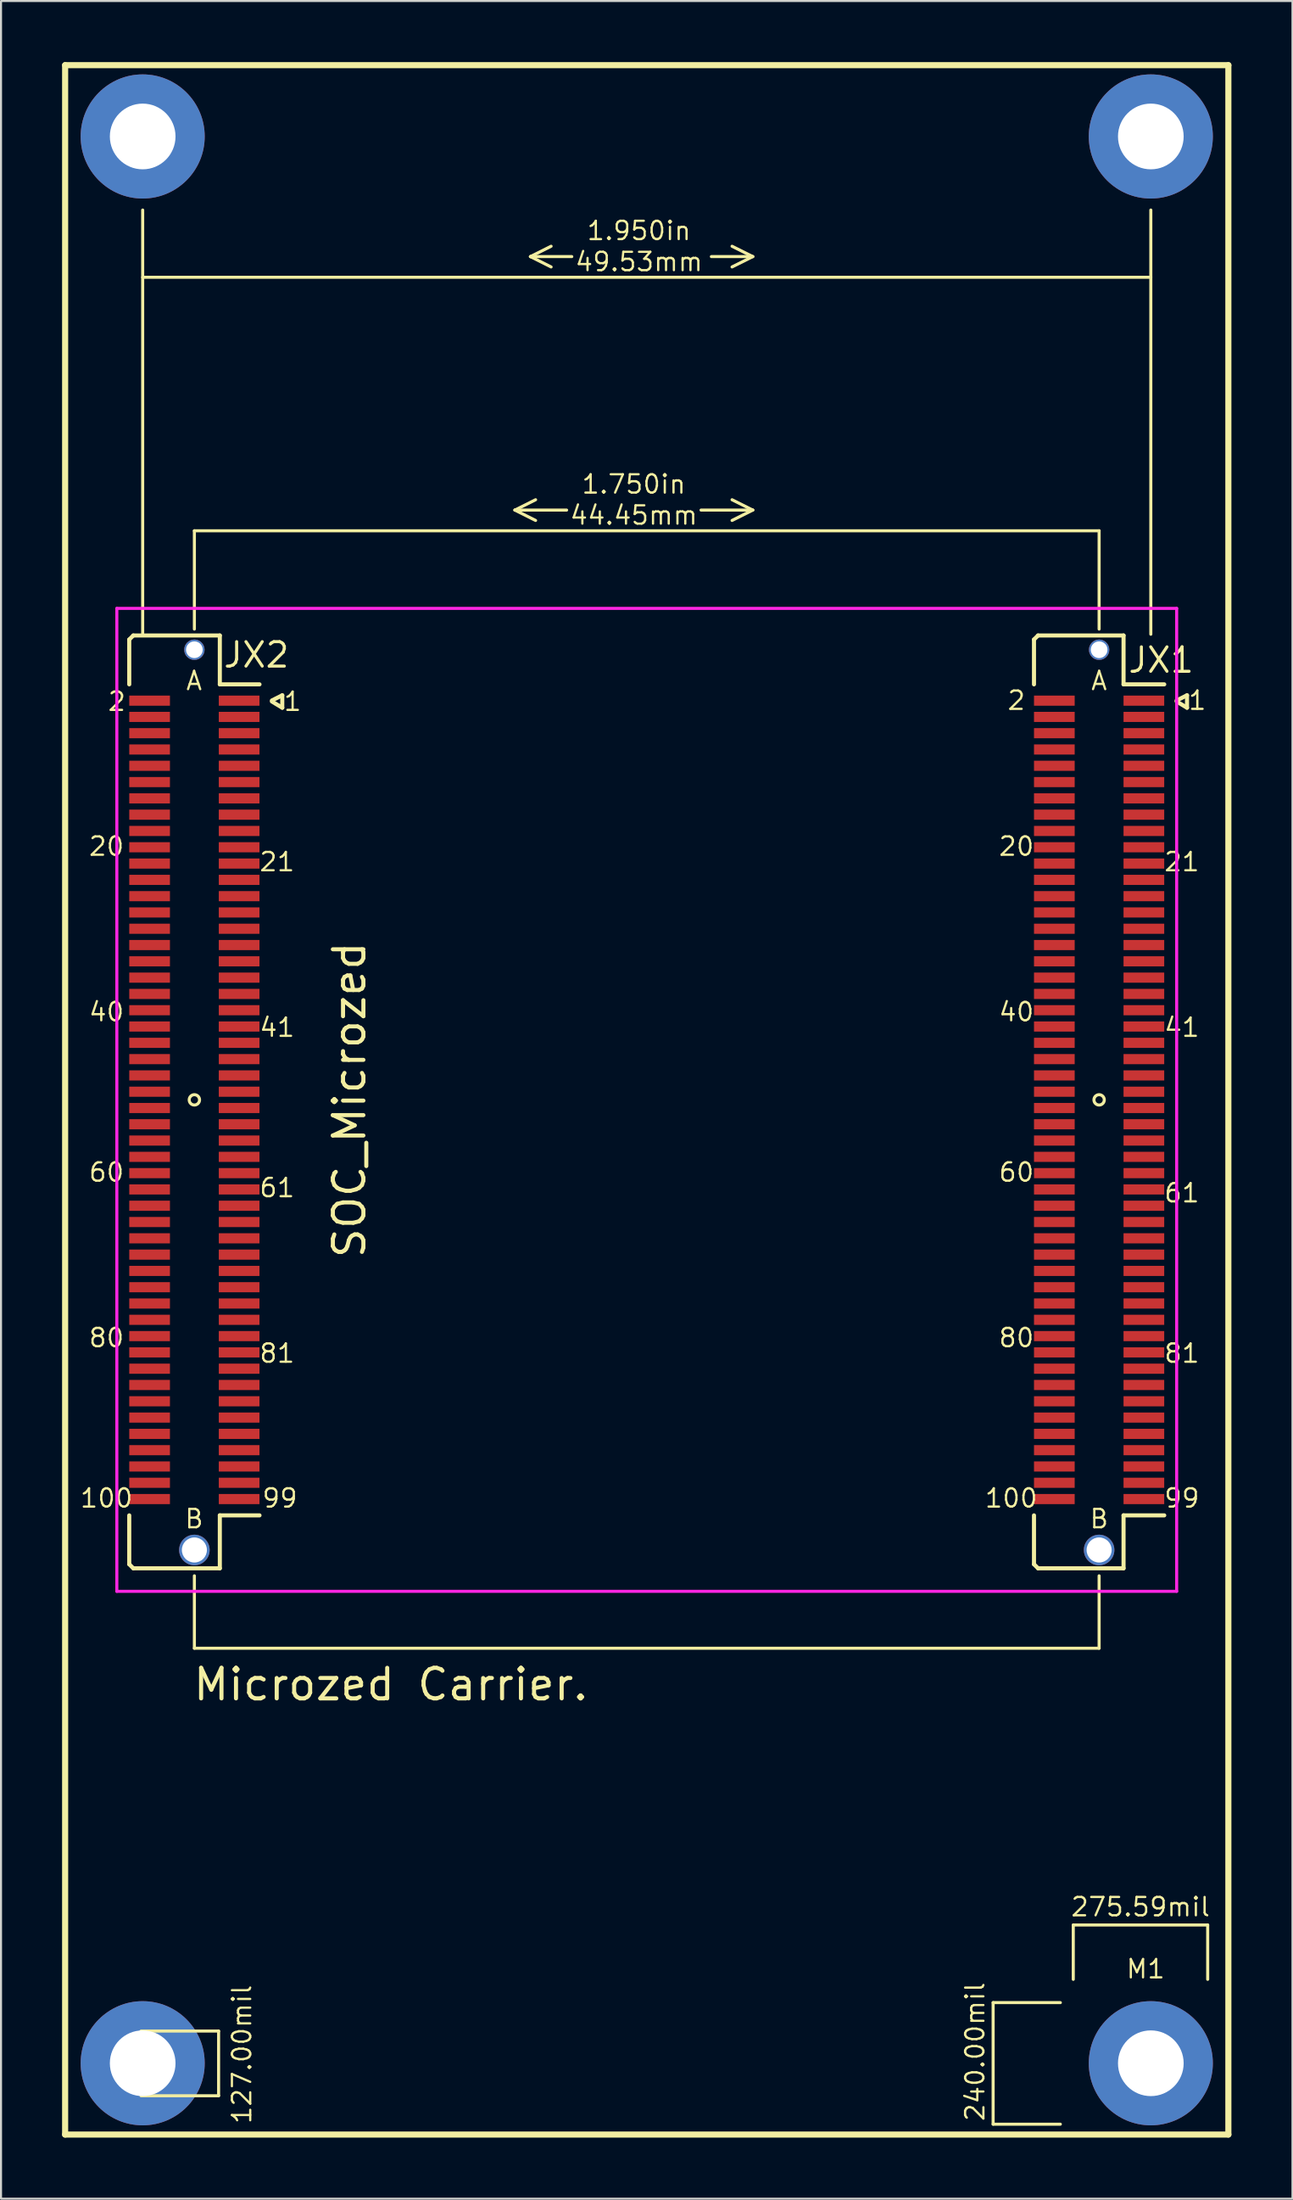
<source format=kicad_pcb>
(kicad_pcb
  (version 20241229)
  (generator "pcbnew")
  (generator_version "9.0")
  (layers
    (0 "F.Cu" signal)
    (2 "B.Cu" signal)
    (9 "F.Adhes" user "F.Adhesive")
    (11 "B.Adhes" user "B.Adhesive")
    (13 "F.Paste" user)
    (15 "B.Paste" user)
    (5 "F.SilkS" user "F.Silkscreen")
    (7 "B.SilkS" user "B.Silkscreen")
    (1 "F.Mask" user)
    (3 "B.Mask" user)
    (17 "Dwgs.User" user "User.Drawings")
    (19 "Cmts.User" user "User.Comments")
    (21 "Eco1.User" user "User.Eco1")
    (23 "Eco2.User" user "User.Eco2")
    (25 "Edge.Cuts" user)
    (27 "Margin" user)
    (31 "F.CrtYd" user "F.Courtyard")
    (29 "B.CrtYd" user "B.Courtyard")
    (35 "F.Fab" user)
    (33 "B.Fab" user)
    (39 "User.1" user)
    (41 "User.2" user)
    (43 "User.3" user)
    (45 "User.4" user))
  (footprint "SOC_Microzed"
    (layer "F.Cu")
    (at 6.5 50.95)
    (property "Reference" "SOC_Microzed" (at 7.62 0 90) (layer "F.SilkS") (effects (font (size 1.5 1.5) (thickness 0.2))))
    (attr through_hole)
    (fp_line (start -6.35 -50.8) (end -6.35 50.8) (stroke (width 0.3) (type solid)) (layer "F.SilkS"))
    (fp_line (start -3.2 -22.6) (end -3.2 -20.4) (stroke (width 0.2) (type solid)) (layer "F.SilkS"))
    (fp_line (start -3.2 20.4) (end -3.2 22.8) (stroke (width 0.2) (type solid)) (layer "F.SilkS"))
    (fp_line (start -3.2 22.8) (end -3 23) (stroke (width 0.2) (type solid)) (layer "F.SilkS"))
    (fp_line (start -3 -22.8) (end -3.2 -22.6) (stroke (width 0.2) (type solid)) (layer "F.SilkS"))
    (fp_line (start -3 23) (end 1.25 23) (stroke (width 0.2) (type solid)) (layer "F.SilkS"))
    (fp_line (start -2.62 45.72) (end 1.19 45.72) (stroke (width 0.15) (type solid)) (layer "F.SilkS"))
    (fp_line (start -2.54 -43.688) (end -2.54 -22.86) (stroke (width 0.15) (type solid)) (layer "F.SilkS"))
    (fp_line (start -2.54 -40.386) (end 46.99 -40.386) (stroke (width 0.15) (type solid)) (layer "F.SilkS"))
    (fp_line (start 0 -27.94) (end 44.45 -27.94) (stroke (width 0.15) (type solid)) (layer "F.SilkS"))
    (fp_line (start 0 -23.114) (end 0 -27.94) (stroke (width 0.15) (type solid)) (layer "F.SilkS"))
    (fp_line (start 0 23.368) (end 0 26.924) (stroke (width 0.15) (type solid)) (layer "F.SilkS"))
    (fp_line (start 0 26.924) (end 44.45 26.924) (stroke (width 0.15) (type solid)) (layer "F.SilkS"))
    (fp_line (start 1.19 45.72) (end 1.19 48.895) (stroke (width 0.15) (type solid)) (layer "F.SilkS"))
    (fp_line (start 1.19 48.895) (end -2.62 48.895) (stroke (width 0.15) (type solid)) (layer "F.SilkS"))
    (fp_line (start 1.25 -22.8) (end -3 -22.8) (stroke (width 0.2) (type solid)) (layer "F.SilkS"))
    (fp_line (start 1.25 -22.8) (end 1.25 -20.4) (stroke (width 0.2) (type solid)) (layer "F.SilkS"))
    (fp_line (start 1.25 -20.4) (end 3.2 -20.4) (stroke (width 0.2) (type solid)) (layer "F.SilkS"))
    (fp_line (start 1.25 20.4) (end 3.2 20.4) (stroke (width 0.2) (type solid)) (layer "F.SilkS"))
    (fp_line (start 1.25 23) (end 1.25 20.4) (stroke (width 0.2) (type solid)) (layer "F.SilkS"))
    (fp_line (start 3.81 -19.609) (end 4.318 -19.863) (stroke (width 0.2) (type solid)) (layer "F.SilkS"))
    (fp_line (start 4.318 -19.863) (end 4.318 -19.253) (stroke (width 0.2) (type solid)) (layer "F.SilkS"))
    (fp_line (start 4.318 -19.253) (end 3.81 -19.558) (stroke (width 0.2) (type solid)) (layer "F.SilkS"))
    (fp_line (start 15.748 -28.956) (end 16.764 -29.464) (stroke (width 0.15) (type solid)) (layer "F.SilkS"))
    (fp_line (start 15.748 -28.956) (end 16.764 -28.448) (stroke (width 0.15) (type solid)) (layer "F.SilkS"))
    (fp_line (start 16.51 -41.402) (end 17.526 -41.91) (stroke (width 0.15) (type solid)) (layer "F.SilkS"))
    (fp_line (start 16.51 -41.402) (end 17.526 -40.894) (stroke (width 0.15) (type solid)) (layer "F.SilkS"))
    (fp_line (start 18.288 -28.956) (end 15.748 -28.956) (stroke (width 0.15) (type solid)) (layer "F.SilkS"))
    (fp_line (start 18.542 -41.402) (end 16.51 -41.402) (stroke (width 0.15) (type solid)) (layer "F.SilkS"))
    (fp_line (start 24.892 -28.956) (end 27.432 -28.956) (stroke (width 0.15) (type solid)) (layer "F.SilkS"))
    (fp_line (start 25.4 -41.402) (end 27.432 -41.402) (stroke (width 0.15) (type solid)) (layer "F.SilkS"))
    (fp_line (start 27.432 -41.402) (end 26.416 -41.91) (stroke (width 0.15) (type solid)) (layer "F.SilkS"))
    (fp_line (start 27.432 -41.402) (end 26.416 -40.894) (stroke (width 0.15) (type solid)) (layer "F.SilkS"))
    (fp_line (start 27.432 -28.956) (end 26.416 -29.464) (stroke (width 0.15) (type solid)) (layer "F.SilkS"))
    (fp_line (start 27.432 -28.956) (end 26.416 -28.448) (stroke (width 0.15) (type solid)) (layer "F.SilkS"))
    (fp_line (start 39.243 44.323) (end 39.243 50.292) (stroke (width 0.15) (type solid)) (layer "F.SilkS"))
    (fp_line (start 39.243 50.292) (end 42.545 50.292) (stroke (width 0.15) (type solid)) (layer "F.SilkS"))
    (fp_line (start 41.25 -22.6) (end 41.25 -20.4) (stroke (width 0.2) (type solid)) (layer "F.SilkS"))
    (fp_line (start 41.25 20.4) (end 41.25 22.8) (stroke (width 0.2) (type solid)) (layer "F.SilkS"))
    (fp_line (start 41.25 22.8) (end 41.45 23) (stroke (width 0.2) (type solid)) (layer "F.SilkS"))
    (fp_line (start 41.45 -22.8) (end 41.25 -22.6) (stroke (width 0.2) (type solid)) (layer "F.SilkS"))
    (fp_line (start 41.45 23) (end 45.65 23) (stroke (width 0.2) (type solid)) (layer "F.SilkS"))
    (fp_line (start 42.545 44.323) (end 39.243 44.323) (stroke (width 0.15) (type solid)) (layer "F.SilkS"))
    (fp_line (start 43.18 40.513) (end 49.784 40.513) (stroke (width 0.15) (type solid)) (layer "F.SilkS"))
    (fp_line (start 43.18 43.18) (end 43.18 40.513) (stroke (width 0.15) (type solid)) (layer "F.SilkS"))
    (fp_line (start 44.45 -27.94) (end 44.45 -23.114) (stroke (width 0.15) (type solid)) (layer "F.SilkS"))
    (fp_line (start 44.45 26.924) (end 44.45 23.368) (stroke (width 0.15) (type solid)) (layer "F.SilkS"))
    (fp_line (start 45.65 -22.8) (end 41.45 -22.8) (stroke (width 0.2) (type solid)) (layer "F.SilkS"))
    (fp_line (start 45.65 -22.8) (end 45.65 -20.4) (stroke (width 0.2) (type solid)) (layer "F.SilkS"))
    (fp_line (start 45.65 -20.4) (end 47.65 -20.4) (stroke (width 0.2) (type solid)) (layer "F.SilkS"))
    (fp_line (start 45.65 20.4) (end 47.65 20.4) (stroke (width 0.2) (type solid)) (layer "F.SilkS"))
    (fp_line (start 45.65 23) (end 45.65 20.4) (stroke (width 0.2) (type solid)) (layer "F.SilkS"))
    (fp_line (start 46.99 -43.688) (end 46.99 -22.86) (stroke (width 0.15) (type solid)) (layer "F.SilkS"))
    (fp_line (start 48.26 -19.609) (end 48.768 -19.863) (stroke (width 0.2) (type solid)) (layer "F.SilkS"))
    (fp_line (start 48.768 -19.863) (end 48.768 -19.253) (stroke (width 0.2) (type solid)) (layer "F.SilkS"))
    (fp_line (start 48.768 -19.253) (end 48.26 -19.558) (stroke (width 0.2) (type solid)) (layer "F.SilkS"))
    (fp_line (start 49.784 40.513) (end 49.784 43.18) (stroke (width 0.15) (type solid)) (layer "F.SilkS"))
    (fp_line (start 50.8 -50.8) (end -6.35 -50.8) (stroke (width 0.3) (type solid)) (layer "F.SilkS"))
    (fp_line (start 50.8 -50.8) (end 50.8 50.8) (stroke (width 0.3) (type solid)) (layer "F.SilkS"))
    (fp_line (start 50.8 50.8) (end -6.35 50.8) (stroke (width 0.3) (type solid)) (layer "F.SilkS"))
    (fp_circle (center 0 0) (end 0 -0.254) (stroke (width 0.15) (type solid)) (fill no) (layer "F.SilkS"))
    (fp_circle (center 44.45 0) (end 44.45 -0.254) (stroke (width 0.15) (type solid)) (fill no) (layer "F.SilkS"))
    (fp_line (start -3.81 -24.13) (end 48.26 -24.13) (stroke (width 0.15) (type solid)) (layer "F.CrtYd"))
    (fp_line (start -3.81 24.13) (end -3.81 -24.13) (stroke (width 0.15) (type solid)) (layer "F.CrtYd"))
    (fp_line (start 48.26 -24.13) (end 48.26 24.13) (stroke (width 0.15) (type solid)) (layer "F.CrtYd"))
    (fp_line (start 48.26 24.13) (end -3.81 24.13) (stroke (width 0.15) (type solid)) (layer "F.CrtYd"))
    (fp_text user "1" (at 49.276 -19.609 0) (layer "F.SilkS") (effects (font (size 0.9 0.9) (thickness 0.11))))
    (fp_text user "B" (at 44.45 20.572 0) (layer "F.SilkS") (effects (font (size 0.9 0.9) (thickness 0.11))))
    (fp_text user "A" (at -0.013 -20.576 0) (layer "F.SilkS") (effects (font (size 0.9 0.9) (thickness 0.11))))
    (fp_text user "275.59mil" (at 46.482 39.624 0) (layer "F.SilkS") (effects (font (size 0.9 0.9) (thickness 0.11))))
    (fp_text user "1.950in" (at 21.844 -42.672 0) (layer "F.SilkS") (effects (font (size 0.9 0.9) (thickness 0.11))))
    (fp_text user "61" (at 4.064 4.318 0) (layer "F.SilkS") (effects (font (size 0.9 0.9) (thickness 0.11))))
    (fp_text user "2" (at -3.81 -19.558 0) (layer "F.SilkS") (effects (font (size 0.9 0.9) (thickness 0.11))))
    (fp_text user "41" (at 4.064 -3.556 0) (layer "F.SilkS") (effects (font (size 0.9 0.9) (thickness 0.11))))
    (fp_text user "40" (at -4.318 -4.318 0) (layer "F.SilkS") (effects (font (size 0.9 0.9) (thickness 0.11))))
    (fp_text user "21" (at 48.514 -11.684 0) (layer "F.SilkS") (effects (font (size 0.9 0.9) (thickness 0.11))))
    (fp_text user "1" (at 4.826 -19.558 0) (layer "F.SilkS") (effects (font (size 0.9 0.9) (thickness 0.11))))
    (fp_text user "1.750in" (at 21.59 -30.226 0) (layer "F.SilkS") (effects (font (size 0.9 0.9) (thickness 0.11))))
    (fp_text user "80" (at -4.318 11.684 0) (layer "F.SilkS") (effects (font (size 0.9 0.9) (thickness 0.11))))
    (fp_text user "JX2" (at 3.048 -21.844 0) (layer "F.SilkS") (effects (font (size 1.2 1.2) (thickness 0.15))))
    (fp_text user "Microzed Carrier." (at 9.652 28.702 0) (layer "F.SilkS") (effects (font (size 1.5 1.5) (thickness 0.2))))
    (fp_text user "80" (at 40.386 11.684 0) (layer "F.SilkS") (effects (font (size 0.9 0.9) (thickness 0.11))))
    (fp_text user "61" (at 48.514 4.572 0) (layer "F.SilkS") (effects (font (size 0.9 0.9) (thickness 0.11))))
    (fp_text user "44.45mm" (at 21.59 -28.702 0) (layer "F.SilkS") (effects (font (size 0.9 0.9) (thickness 0.11))))
    (fp_text user "20" (at -4.318 -12.446 0) (layer "F.SilkS") (effects (font (size 0.9 0.9) (thickness 0.11))))
    (fp_text user "60" (at -4.318 3.556 0) (layer "F.SilkS") (effects (font (size 0.9 0.9) (thickness 0.11))))
    (fp_text user "127.00mil" (at 2.333 46.863 90) (layer "F.SilkS") (effects (font (size 0.9 0.9) (thickness 0.11))))
    (fp_text user "2" (at 40.386 -19.609 0) (layer "F.SilkS") (effects (font (size 0.9 0.9) (thickness 0.11))))
    (fp_text user "240.00mil" (at 38.354 46.736 90) (layer "F.SilkS") (effects (font (size 0.9 0.9) (thickness 0.11))))
    (fp_text user "60" (at 40.386 3.556 0) (layer "F.SilkS") (effects (font (size 0.9 0.9) (thickness 0.11))))
    (fp_text user "81" (at 4.064 12.446 0) (layer "F.SilkS") (effects (font (size 0.9 0.9) (thickness 0.11))))
    (fp_text user "M1" (at 46.736 42.672 180) (layer "F.SilkS") (effects (font (size 0.9 0.9) (thickness 0.11))))
    (fp_text user "100" (at 40.132 19.558 0) (layer "F.SilkS") (effects (font (size 0.9 0.9) (thickness 0.11))))
    (fp_text user "100" (at -4.318 19.558 0) (layer "F.SilkS") (effects (font (size 0.9 0.9) (thickness 0.11))))
    (fp_text user "21" (at 4.064 -11.684 0) (layer "F.SilkS") (effects (font (size 0.9 0.9) (thickness 0.11))))
    (fp_text user "40" (at 40.386 -4.318 0) (layer "F.SilkS") (effects (font (size 0.9 0.9) (thickness 0.11))))
    (fp_text user "20" (at 40.386 -12.446 0) (layer "F.SilkS") (effects (font (size 0.9 0.9) (thickness 0.11))))
    (fp_text user "99" (at 4.2 19.558 0) (layer "F.SilkS") (effects (font (size 0.9 0.9) (thickness 0.11))))
    (fp_text user "49.53mm" (at 21.844 -41.148 0) (layer "F.SilkS") (effects (font (size 0.9 0.9) (thickness 0.11))))
    (fp_text user "99" (at 48.514 19.558 0) (layer "F.SilkS") (effects (font (size 0.9 0.9) (thickness 0.11))))
    (fp_text user "81" (at 48.514 12.446 0) (layer "F.SilkS") (effects (font (size 0.9 0.9) (thickness 0.11))))
    (fp_text user "A" (at 44.45 -20.576 0) (layer "F.SilkS") (effects (font (size 0.9 0.9) (thickness 0.11))))
    (fp_text user "B" (at -0.013 20.572 0) (layer "F.SilkS") (effects (font (size 0.9 0.9) (thickness 0.11))))
    (fp_text user "JX1" (at 47.498 -21.59 0) (layer "F.SilkS") (effects (font (size 1.2 1.2) (thickness 0.15))))
    (fp_text user "41" (at 48.514 -3.556 0) (layer "F.SilkS") (effects (font (size 0.9 0.9) (thickness 0.11))))
    (pad "" thru_hole circle (at -2.54 -47.3) (size 6.096 6.096) (drill 3.226) (layers "*.Cu" "*.Mask"))
    (pad "" thru_hole circle (at -2.54 47.3) (size 6.096 6.096) (drill 3.226) (layers "*.Cu" "*.Mask"))
    (pad "" thru_hole circle (at 0 -22.1) (size 1 1) (drill 0.82) (layers "*.Cu" "*.Mask"))
    (pad "" thru_hole circle (at 0 22.1) (size 1.5 1.5) (drill 1.23) (layers "*.Cu" "*.Mask"))
    (pad "" thru_hole circle (at 44.45 -22.1) (size 1 1) (drill 0.82) (layers "*.Cu" "*.Mask"))
    (pad "" thru_hole circle (at 44.45 22.1) (size 1.5 1.5) (drill 1.23) (layers "*.Cu" "*.Mask"))
    (pad "" thru_hole circle (at 46.99 -47.3) (size 6.096 6.096) (drill 3.226) (layers "*.Cu" "*.Mask"))
    (pad "" thru_hole circle (at 46.99 47.3) (size 6.096 6.096) (drill 3.226) (layers "*.Cu" "*.Mask"))
    (pad "1" smd rect (at 46.649 -19.6) (size 1.999 0.498) (layers "F.Cu" "F.Mask" "F.Paste"))
    (pad "2" smd rect (at 42.25 -19.6) (size 1.999 0.498) (layers "F.Cu" "F.Mask" "F.Paste"))
    (pad "3" smd rect (at 46.649 -18.802) (size 1.999 0.498) (layers "F.Cu" "F.Mask" "F.Paste"))
    (pad "4" smd rect (at 42.25 -18.802) (size 1.999 0.498) (layers "F.Cu" "F.Mask" "F.Paste"))
    (pad "5" smd rect (at 46.649 -18.002) (size 1.999 0.498) (layers "F.Cu" "F.Mask" "F.Paste"))
    (pad "6" smd rect (at 42.25 -18.002) (size 1.999 0.498) (layers "F.Cu" "F.Mask" "F.Paste"))
    (pad "7" smd rect (at 46.649 -17.202) (size 1.999 0.498) (layers "F.Cu" "F.Mask" "F.Paste"))
    (pad "8" smd rect (at 42.25 -17.202) (size 1.999 0.498) (layers "F.Cu" "F.Mask" "F.Paste"))
    (pad "9" smd rect (at 46.649 -16.402) (size 1.999 0.498) (layers "F.Cu" "F.Mask" "F.Paste"))
    (pad "10" smd rect (at 42.25 -16.402) (size 1.999 0.498) (layers "F.Cu" "F.Mask" "F.Paste"))
    (pad "11" smd rect (at 46.649 -15.602) (size 1.999 0.498) (layers "F.Cu" "F.Mask" "F.Paste"))
    (pad "12" smd rect (at 42.25 -15.602) (size 1.999 0.498) (layers "F.Cu" "F.Mask" "F.Paste"))
    (pad "13" smd rect (at 46.649 -14.802) (size 1.999 0.498) (layers "F.Cu" "F.Mask" "F.Paste"))
    (pad "14" smd rect (at 42.25 -14.802) (size 1.999 0.498) (layers "F.Cu" "F.Mask" "F.Paste"))
    (pad "15" smd rect (at 46.649 -14.002) (size 1.999 0.498) (layers "F.Cu" "F.Mask" "F.Paste"))
    (pad "16" smd rect (at 42.25 -14.002) (size 1.999 0.498) (layers "F.Cu" "F.Mask" "F.Paste"))
    (pad "17" smd rect (at 46.649 -13.202) (size 1.999 0.498) (layers "F.Cu" "F.Mask" "F.Paste"))
    (pad "18" smd rect (at 42.25 -13.202) (size 1.999 0.498) (layers "F.Cu" "F.Mask" "F.Paste"))
    (pad "19" smd rect (at 46.649 -12.402) (size 1.999 0.498) (layers "F.Cu" "F.Mask" "F.Paste"))
    (pad "20" smd rect (at 42.25 -12.402) (size 1.999 0.498) (layers "F.Cu" "F.Mask" "F.Paste"))
    (pad "21" smd rect (at 46.649 -11.602) (size 1.999 0.498) (layers "F.Cu" "F.Mask" "F.Paste"))
    (pad "22" smd rect (at 42.25 -11.602) (size 1.999 0.498) (layers "F.Cu" "F.Mask" "F.Paste"))
    (pad "23" smd rect (at 46.649 -10.801) (size 1.999 0.498) (layers "F.Cu" "F.Mask" "F.Paste"))
    (pad "24" smd rect (at 42.25 -10.801) (size 1.999 0.498) (layers "F.Cu" "F.Mask" "F.Paste"))
    (pad "25" smd rect (at 46.649 -10.001) (size 1.999 0.498) (layers "F.Cu" "F.Mask" "F.Paste"))
    (pad "26" smd rect (at 42.25 -10.001) (size 1.999 0.498) (layers "F.Cu" "F.Mask" "F.Paste"))
    (pad "27" smd rect (at 46.649 -9.201) (size 1.999 0.498) (layers "F.Cu" "F.Mask" "F.Paste"))
    (pad "28" smd rect (at 42.25 -9.201) (size 1.999 0.498) (layers "F.Cu" "F.Mask" "F.Paste"))
    (pad "29" smd rect (at 46.649 -8.401) (size 1.999 0.498) (layers "F.Cu" "F.Mask" "F.Paste"))
    (pad "30" smd rect (at 42.25 -8.401) (size 1.999 0.498) (layers "F.Cu" "F.Mask" "F.Paste"))
    (pad "31" smd rect (at 46.649 -7.601) (size 1.999 0.498) (layers "F.Cu" "F.Mask" "F.Paste"))
    (pad "32" smd rect (at 42.25 -7.601) (size 1.999 0.498) (layers "F.Cu" "F.Mask" "F.Paste"))
    (pad "33" smd rect (at 46.649 -6.801) (size 1.999 0.498) (layers "F.Cu" "F.Mask" "F.Paste"))
    (pad "34" smd rect (at 42.25 -6.801) (size 1.999 0.498) (layers "F.Cu" "F.Mask" "F.Paste"))
    (pad "35" smd rect (at 46.649 -6.001) (size 1.999 0.498) (layers "F.Cu" "F.Mask" "F.Paste"))
    (pad "36" smd rect (at 42.25 -6.001) (size 1.999 0.498) (layers "F.Cu" "F.Mask" "F.Paste"))
    (pad "37" smd rect (at 46.649 -5.201) (size 1.999 0.498) (layers "F.Cu" "F.Mask" "F.Paste"))
    (pad "38" smd rect (at 42.25 -5.201) (size 1.999 0.498) (layers "F.Cu" "F.Mask" "F.Paste"))
    (pad "39" smd rect (at 46.649 -4.401) (size 1.999 0.498) (layers "F.Cu" "F.Mask" "F.Paste"))
    (pad "40" smd rect (at 42.25 -4.401) (size 1.999 0.498) (layers "F.Cu" "F.Mask" "F.Paste"))
    (pad "41" smd rect (at 46.649 -3.601) (size 1.999 0.498) (layers "F.Cu" "F.Mask" "F.Paste"))
    (pad "42" smd rect (at 42.25 -3.601) (size 1.999 0.498) (layers "F.Cu" "F.Mask" "F.Paste"))
    (pad "43" smd rect (at 46.649 -2.8) (size 1.999 0.498) (layers "F.Cu" "F.Mask" "F.Paste"))
    (pad "44" smd rect (at 42.25 -2.8) (size 1.999 0.498) (layers "F.Cu" "F.Mask" "F.Paste"))
    (pad "45" smd rect (at 46.649 -2) (size 1.999 0.498) (layers "F.Cu" "F.Mask" "F.Paste"))
    (pad "46" smd rect (at 42.25 -2) (size 1.999 0.498) (layers "F.Cu" "F.Mask" "F.Paste"))
    (pad "47" smd rect (at 46.649 -1.2) (size 1.999 0.498) (layers "F.Cu" "F.Mask" "F.Paste"))
    (pad "48" smd rect (at 42.25 -1.2) (size 1.999 0.498) (layers "F.Cu" "F.Mask" "F.Paste"))
    (pad "49" smd rect (at 46.649 -0.4) (size 1.999 0.498) (layers "F.Cu" "F.Mask" "F.Paste"))
    (pad "50" smd rect (at 42.25 -0.4) (size 1.999 0.498) (layers "F.Cu" "F.Mask" "F.Paste"))
    (pad "51" smd rect (at 46.649 0.4) (size 1.999 0.498) (layers "F.Cu" "F.Mask" "F.Paste"))
    (pad "52" smd rect (at 42.25 0.4) (size 1.999 0.498) (layers "F.Cu" "F.Mask" "F.Paste"))
    (pad "53" smd rect (at 46.649 1.198) (size 1.999 0.498) (layers "F.Cu" "F.Mask" "F.Paste"))
    (pad "54" smd rect (at 42.25 1.198) (size 1.999 0.498) (layers "F.Cu" "F.Mask" "F.Paste"))
    (pad "55" smd rect (at 46.649 1.998) (size 1.999 0.498) (layers "F.Cu" "F.Mask" "F.Paste"))
    (pad "56" smd rect (at 42.25 1.998) (size 1.999 0.498) (layers "F.Cu" "F.Mask" "F.Paste"))
    (pad "57" smd rect (at 46.649 2.798) (size 1.999 0.498) (layers "F.Cu" "F.Mask" "F.Paste"))
    (pad "58" smd rect (at 42.25 2.798) (size 1.999 0.498) (layers "F.Cu" "F.Mask" "F.Paste"))
    (pad "59" smd rect (at 46.649 3.598) (size 1.999 0.498) (layers "F.Cu" "F.Mask" "F.Paste"))
    (pad "60" smd rect (at 42.25 3.598) (size 1.999 0.498) (layers "F.Cu" "F.Mask" "F.Paste"))
    (pad "61" smd rect (at 46.649 4.398) (size 1.999 0.498) (layers "F.Cu" "F.Mask" "F.Paste"))
    (pad "62" smd rect (at 42.25 4.398) (size 1.999 0.498) (layers "F.Cu" "F.Mask" "F.Paste"))
    (pad "63" smd rect (at 46.649 5.198) (size 1.999 0.498) (layers "F.Cu" "F.Mask" "F.Paste"))
    (pad "64" smd rect (at 42.25 5.198) (size 1.999 0.498) (layers "F.Cu" "F.Mask" "F.Paste"))
    (pad "65" smd rect (at 46.649 5.998) (size 1.999 0.498) (layers "F.Cu" "F.Mask" "F.Paste"))
    (pad "66" smd rect (at 42.25 5.998) (size 1.999 0.498) (layers "F.Cu" "F.Mask" "F.Paste"))
    (pad "67" smd rect (at 46.649 6.798) (size 1.999 0.498) (layers "F.Cu" "F.Mask" "F.Paste"))
    (pad "68" smd rect (at 42.25 6.798) (size 1.999 0.498) (layers "F.Cu" "F.Mask" "F.Paste"))
    (pad "69" smd rect (at 46.649 7.598) (size 1.999 0.498) (layers "F.Cu" "F.Mask" "F.Paste"))
    (pad "70" smd rect (at 42.25 7.598) (size 1.999 0.498) (layers "F.Cu" "F.Mask" "F.Paste"))
    (pad "71" smd rect (at 46.649 8.398) (size 1.999 0.498) (layers "F.Cu" "F.Mask" "F.Paste"))
    (pad "72" smd rect (at 42.25 8.398) (size 1.999 0.498) (layers "F.Cu" "F.Mask" "F.Paste"))
    (pad "73" smd rect (at 46.649 9.199) (size 1.999 0.498) (layers "F.Cu" "F.Mask" "F.Paste"))
    (pad "74" smd rect (at 42.25 9.199) (size 1.999 0.498) (layers "F.Cu" "F.Mask" "F.Paste"))
    (pad "75" smd rect (at 46.649 9.999) (size 1.999 0.498) (layers "F.Cu" "F.Mask" "F.Paste"))
    (pad "76" smd rect (at 42.25 9.999) (size 1.999 0.498) (layers "F.Cu" "F.Mask" "F.Paste"))
    (pad "77" smd rect (at 46.649 10.799) (size 1.999 0.498) (layers "F.Cu" "F.Mask" "F.Paste"))
    (pad "78" smd rect (at 42.25 10.799) (size 1.999 0.498) (layers "F.Cu" "F.Mask" "F.Paste"))
    (pad "79" smd rect (at 46.649 11.599) (size 1.999 0.498) (layers "F.Cu" "F.Mask" "F.Paste"))
    (pad "80" smd rect (at 42.25 11.599) (size 1.999 0.498) (layers "F.Cu" "F.Mask" "F.Paste"))
    (pad "81" smd rect (at 46.649 12.399) (size 1.999 0.498) (layers "F.Cu" "F.Mask" "F.Paste"))
    (pad "82" smd rect (at 42.25 12.399) (size 1.999 0.498) (layers "F.Cu" "F.Mask" "F.Paste"))
    (pad "83" smd rect (at 46.649 13.199) (size 1.999 0.498) (layers "F.Cu" "F.Mask" "F.Paste"))
    (pad "84" smd rect (at 42.25 13.199) (size 1.999 0.498) (layers "F.Cu" "F.Mask" "F.Paste"))
    (pad "85" smd rect (at 46.649 13.999) (size 1.999 0.498) (layers "F.Cu" "F.Mask" "F.Paste"))
    (pad "86" smd rect (at 42.25 13.999) (size 1.999 0.498) (layers "F.Cu" "F.Mask" "F.Paste"))
    (pad "87" smd rect (at 46.649 14.799) (size 1.999 0.498) (layers "F.Cu" "F.Mask" "F.Paste"))
    (pad "88" smd rect (at 42.25 14.799) (size 1.999 0.498) (layers "F.Cu" "F.Mask" "F.Paste"))
    (pad "89" smd rect (at 46.649 15.599) (size 1.999 0.498) (layers "F.Cu" "F.Mask" "F.Paste"))
    (pad "90" smd rect (at 42.25 15.599) (size 1.999 0.498) (layers "F.Cu" "F.Mask" "F.Paste"))
    (pad "91" smd rect (at 46.649 16.399) (size 1.999 0.498) (layers "F.Cu" "F.Mask" "F.Paste"))
    (pad "92" smd rect (at 42.25 16.399) (size 1.999 0.498) (layers "F.Cu" "F.Mask" "F.Paste"))
    (pad "93" smd rect (at 46.649 17.2) (size 1.999 0.498) (layers "F.Cu" "F.Mask" "F.Paste"))
    (pad "94" smd rect (at 42.25 17.2) (size 1.999 0.498) (layers "F.Cu" "F.Mask" "F.Paste"))
    (pad "95" smd rect (at 46.649 18) (size 1.999 0.498) (layers "F.Cu" "F.Mask" "F.Paste"))
    (pad "96" smd rect (at 42.25 18) (size 1.999 0.498) (layers "F.Cu" "F.Mask" "F.Paste"))
    (pad "97" smd rect (at 46.649 18.8) (size 1.999 0.498) (layers "F.Cu" "F.Mask" "F.Paste"))
    (pad "98" smd rect (at 42.25 18.8) (size 1.999 0.498) (layers "F.Cu" "F.Mask" "F.Paste"))
    (pad "99" smd rect (at 46.649 19.6) (size 1.999 0.498) (layers "F.Cu" "F.Mask" "F.Paste"))
    (pad "100" smd rect (at 42.25 19.6) (size 1.999 0.498) (layers "F.Cu" "F.Mask" "F.Paste"))
    (pad "101" smd rect (at 2.199 -19.6) (size 1.999 0.498) (layers "F.Cu" "F.Mask" "F.Paste"))
    (pad "102" smd rect (at -2.2 -19.6) (size 1.999 0.498) (layers "F.Cu" "F.Mask" "F.Paste"))
    (pad "103" smd rect (at 2.199 -18.802) (size 1.999 0.498) (layers "F.Cu" "F.Mask" "F.Paste"))
    (pad "104" smd rect (at -2.2 -18.802) (size 1.999 0.498) (layers "F.Cu" "F.Mask" "F.Paste"))
    (pad "105" smd rect (at 2.199 -18.002) (size 1.999 0.498) (layers "F.Cu" "F.Mask" "F.Paste"))
    (pad "106" smd rect (at -2.2 -18.002) (size 1.999 0.498) (layers "F.Cu" "F.Mask" "F.Paste"))
    (pad "107" smd rect (at 2.199 -17.202) (size 1.999 0.498) (layers "F.Cu" "F.Mask" "F.Paste"))
    (pad "108" smd rect (at -2.2 -17.202) (size 1.999 0.498) (layers "F.Cu" "F.Mask" "F.Paste"))
    (pad "109" smd rect (at 2.199 -16.402) (size 1.999 0.498) (layers "F.Cu" "F.Mask" "F.Paste"))
    (pad "110" smd rect (at -2.2 -16.402) (size 1.999 0.498) (layers "F.Cu" "F.Mask" "F.Paste"))
    (pad "111" smd rect (at 2.199 -15.602) (size 1.999 0.498) (layers "F.Cu" "F.Mask" "F.Paste"))
    (pad "112" smd rect (at -2.2 -15.602) (size 1.999 0.498) (layers "F.Cu" "F.Mask" "F.Paste"))
    (pad "113" smd rect (at 2.199 -14.802) (size 1.999 0.498) (layers "F.Cu" "F.Mask" "F.Paste"))
    (pad "114" smd rect (at -2.2 -14.802) (size 1.999 0.498) (layers "F.Cu" "F.Mask" "F.Paste"))
    (pad "115" smd rect (at 2.199 -14.002) (size 1.999 0.498) (layers "F.Cu" "F.Mask" "F.Paste"))
    (pad "116" smd rect (at -2.2 -14.002) (size 1.999 0.498) (layers "F.Cu" "F.Mask" "F.Paste"))
    (pad "117" smd rect (at 2.199 -13.202) (size 1.999 0.498) (layers "F.Cu" "F.Mask" "F.Paste"))
    (pad "118" smd rect (at -2.2 -13.202) (size 1.999 0.498) (layers "F.Cu" "F.Mask" "F.Paste"))
    (pad "119" smd rect (at 2.199 -12.402) (size 1.999 0.498) (layers "F.Cu" "F.Mask" "F.Paste"))
    (pad "120" smd rect (at -2.2 -12.402) (size 1.999 0.498) (layers "F.Cu" "F.Mask" "F.Paste"))
    (pad "121" smd rect (at 2.199 -11.602) (size 1.999 0.498) (layers "F.Cu" "F.Mask" "F.Paste"))
    (pad "122" smd rect (at -2.2 -11.602) (size 1.999 0.498) (layers "F.Cu" "F.Mask" "F.Paste"))
    (pad "123" smd rect (at 2.199 -10.801) (size 1.999 0.498) (layers "F.Cu" "F.Mask" "F.Paste"))
    (pad "124" smd rect (at -2.2 -10.801) (size 1.999 0.498) (layers "F.Cu" "F.Mask" "F.Paste"))
    (pad "125" smd rect (at 2.199 -10.001) (size 1.999 0.498) (layers "F.Cu" "F.Mask" "F.Paste"))
    (pad "126" smd rect (at -2.2 -10.001) (size 1.999 0.498) (layers "F.Cu" "F.Mask" "F.Paste"))
    (pad "127" smd rect (at 2.199 -9.201) (size 1.999 0.498) (layers "F.Cu" "F.Mask" "F.Paste"))
    (pad "128" smd rect (at -2.2 -9.201) (size 1.999 0.498) (layers "F.Cu" "F.Mask" "F.Paste"))
    (pad "129" smd rect (at 2.199 -8.401) (size 1.999 0.498) (layers "F.Cu" "F.Mask" "F.Paste"))
    (pad "130" smd rect (at -2.2 -8.401) (size 1.999 0.498) (layers "F.Cu" "F.Mask" "F.Paste"))
    (pad "131" smd rect (at 2.199 -7.601) (size 1.999 0.498) (layers "F.Cu" "F.Mask" "F.Paste"))
    (pad "132" smd rect (at -2.2 -7.601) (size 1.999 0.498) (layers "F.Cu" "F.Mask" "F.Paste"))
    (pad "133" smd rect (at 2.199 -6.801) (size 1.999 0.498) (layers "F.Cu" "F.Mask" "F.Paste"))
    (pad "134" smd rect (at -2.2 -6.801) (size 1.999 0.498) (layers "F.Cu" "F.Mask" "F.Paste"))
    (pad "135" smd rect (at 2.199 -6.001) (size 1.999 0.498) (layers "F.Cu" "F.Mask" "F.Paste"))
    (pad "136" smd rect (at -2.2 -6.001) (size 1.999 0.498) (layers "F.Cu" "F.Mask" "F.Paste"))
    (pad "137" smd rect (at 2.199 -5.201) (size 1.999 0.498) (layers "F.Cu" "F.Mask" "F.Paste"))
    (pad "138" smd rect (at -2.2 -5.201) (size 1.999 0.498) (layers "F.Cu" "F.Mask" "F.Paste"))
    (pad "139" smd rect (at 2.199 -4.401) (size 1.999 0.498) (layers "F.Cu" "F.Mask" "F.Paste"))
    (pad "140" smd rect (at -2.2 -4.401) (size 1.999 0.498) (layers "F.Cu" "F.Mask" "F.Paste"))
    (pad "141" smd rect (at 2.199 -3.601) (size 1.999 0.498) (layers "F.Cu" "F.Mask" "F.Paste"))
    (pad "142" smd rect (at -2.2 -3.601) (size 1.999 0.498) (layers "F.Cu" "F.Mask" "F.Paste"))
    (pad "143" smd rect (at 2.199 -2.8) (size 1.999 0.498) (layers "F.Cu" "F.Mask" "F.Paste"))
    (pad "144" smd rect (at -2.2 -2.8) (size 1.999 0.498) (layers "F.Cu" "F.Mask" "F.Paste"))
    (pad "145" smd rect (at 2.199 -2) (size 1.999 0.498) (layers "F.Cu" "F.Mask" "F.Paste"))
    (pad "146" smd rect (at -2.2 -2) (size 1.999 0.498) (layers "F.Cu" "F.Mask" "F.Paste"))
    (pad "147" smd rect (at 2.199 -1.2) (size 1.999 0.498) (layers "F.Cu" "F.Mask" "F.Paste"))
    (pad "148" smd rect (at -2.2 -1.2) (size 1.999 0.498) (layers "F.Cu" "F.Mask" "F.Paste"))
    (pad "149" smd rect (at 2.199 -0.4) (size 1.999 0.498) (layers "F.Cu" "F.Mask" "F.Paste"))
    (pad "150" smd rect (at -2.2 -0.4) (size 1.999 0.498) (layers "F.Cu" "F.Mask" "F.Paste"))
    (pad "151" smd rect (at 2.199 0.4) (size 1.999 0.498) (layers "F.Cu" "F.Mask" "F.Paste"))
    (pad "152" smd rect (at -2.2 0.4) (size 1.999 0.498) (layers "F.Cu" "F.Mask" "F.Paste"))
    (pad "153" smd rect (at 2.199 1.198) (size 1.999 0.498) (layers "F.Cu" "F.Mask" "F.Paste"))
    (pad "154" smd rect (at -2.2 1.198) (size 1.999 0.498) (layers "F.Cu" "F.Mask" "F.Paste"))
    (pad "155" smd rect (at 2.199 1.998) (size 1.999 0.498) (layers "F.Cu" "F.Mask" "F.Paste"))
    (pad "156" smd rect (at -2.2 1.998) (size 1.999 0.498) (layers "F.Cu" "F.Mask" "F.Paste"))
    (pad "157" smd rect (at 2.199 2.798) (size 1.999 0.498) (layers "F.Cu" "F.Mask" "F.Paste"))
    (pad "158" smd rect (at -2.2 2.798) (size 1.999 0.498) (layers "F.Cu" "F.Mask" "F.Paste"))
    (pad "159" smd rect (at 2.199 3.598) (size 1.999 0.498) (layers "F.Cu" "F.Mask" "F.Paste"))
    (pad "160" smd rect (at -2.2 3.598) (size 1.999 0.498) (layers "F.Cu" "F.Mask" "F.Paste"))
    (pad "161" smd rect (at 2.199 4.398) (size 1.999 0.498) (layers "F.Cu" "F.Mask" "F.Paste"))
    (pad "162" smd rect (at -2.2 4.398) (size 1.999 0.498) (layers "F.Cu" "F.Mask" "F.Paste"))
    (pad "163" smd rect (at 2.199 5.198) (size 1.999 0.498) (layers "F.Cu" "F.Mask" "F.Paste"))
    (pad "164" smd rect (at -2.2 5.198) (size 1.999 0.498) (layers "F.Cu" "F.Mask" "F.Paste"))
    (pad "165" smd rect (at 2.199 5.998) (size 1.999 0.498) (layers "F.Cu" "F.Mask" "F.Paste"))
    (pad "166" smd rect (at -2.2 5.998) (size 1.999 0.498) (layers "F.Cu" "F.Mask" "F.Paste"))
    (pad "167" smd rect (at 2.199 6.798) (size 1.999 0.498) (layers "F.Cu" "F.Mask" "F.Paste"))
    (pad "168" smd rect (at -2.2 6.798) (size 1.999 0.498) (layers "F.Cu" "F.Mask" "F.Paste"))
    (pad "169" smd rect (at 2.199 7.598) (size 1.999 0.498) (layers "F.Cu" "F.Mask" "F.Paste"))
    (pad "170" smd rect (at -2.2 7.598) (size 1.999 0.498) (layers "F.Cu" "F.Mask" "F.Paste"))
    (pad "171" smd rect (at 2.199 8.398) (size 1.999 0.498) (layers "F.Cu" "F.Mask" "F.Paste"))
    (pad "172" smd rect (at -2.2 8.398) (size 1.999 0.498) (layers "F.Cu" "F.Mask" "F.Paste"))
    (pad "173" smd rect (at 2.199 9.199) (size 1.999 0.498) (layers "F.Cu" "F.Mask" "F.Paste"))
    (pad "174" smd rect (at -2.2 9.199) (size 1.999 0.498) (layers "F.Cu" "F.Mask" "F.Paste"))
    (pad "175" smd rect (at 2.199 9.999) (size 1.999 0.498) (layers "F.Cu" "F.Mask" "F.Paste"))
    (pad "176" smd rect (at -2.2 9.999) (size 1.999 0.498) (layers "F.Cu" "F.Mask" "F.Paste"))
    (pad "177" smd rect (at 2.199 10.799) (size 1.999 0.498) (layers "F.Cu" "F.Mask" "F.Paste"))
    (pad "178" smd rect (at -2.2 10.799) (size 1.999 0.498) (layers "F.Cu" "F.Mask" "F.Paste"))
    (pad "179" smd rect (at 2.199 11.599) (size 1.999 0.498) (layers "F.Cu" "F.Mask" "F.Paste"))
    (pad "180" smd rect (at -2.2 11.599) (size 1.999 0.498) (layers "F.Cu" "F.Mask" "F.Paste"))
    (pad "181" smd rect (at 2.199 12.399) (size 1.999 0.498) (layers "F.Cu" "F.Mask" "F.Paste"))
    (pad "182" smd rect (at -2.2 12.399) (size 1.999 0.498) (layers "F.Cu" "F.Mask" "F.Paste"))
    (pad "183" smd rect (at 2.199 13.199) (size 1.999 0.498) (layers "F.Cu" "F.Mask" "F.Paste"))
    (pad "184" smd rect (at -2.2 13.199) (size 1.999 0.498) (layers "F.Cu" "F.Mask" "F.Paste"))
    (pad "185" smd rect (at 2.199 13.999) (size 1.999 0.498) (layers "F.Cu" "F.Mask" "F.Paste"))
    (pad "186" smd rect (at -2.2 13.999) (size 1.999 0.498) (layers "F.Cu" "F.Mask" "F.Paste"))
    (pad "187" smd rect (at 2.199 14.799) (size 1.999 0.498) (layers "F.Cu" "F.Mask" "F.Paste"))
    (pad "188" smd rect (at -2.2 14.799) (size 1.999 0.498) (layers "F.Cu" "F.Mask" "F.Paste"))
    (pad "189" smd rect (at 2.199 15.599) (size 1.999 0.498) (layers "F.Cu" "F.Mask" "F.Paste"))
    (pad "190" smd rect (at -2.2 15.599) (size 1.999 0.498) (layers "F.Cu" "F.Mask" "F.Paste"))
    (pad "191" smd rect (at 2.199 16.399) (size 1.999 0.498) (layers "F.Cu" "F.Mask" "F.Paste"))
    (pad "192" smd rect (at -2.2 16.399) (size 1.999 0.498) (layers "F.Cu" "F.Mask" "F.Paste"))
    (pad "193" smd rect (at 2.199 17.2) (size 1.999 0.498) (layers "F.Cu" "F.Mask" "F.Paste"))
    (pad "194" smd rect (at -2.2 17.2) (size 1.999 0.498) (layers "F.Cu" "F.Mask" "F.Paste"))
    (pad "195" smd rect (at 2.199 18) (size 1.999 0.498) (layers "F.Cu" "F.Mask" "F.Paste"))
    (pad "196" smd rect (at -2.2 18) (size 1.999 0.498) (layers "F.Cu" "F.Mask" "F.Paste"))
    (pad "197" smd rect (at 2.199 18.8) (size 1.999 0.498) (layers "F.Cu" "F.Mask" "F.Paste"))
    (pad "198" smd rect (at -2.2 18.8) (size 1.999 0.498) (layers "F.Cu" "F.Mask" "F.Paste"))
    (pad "199" smd rect (at 2.199 19.6) (size 1.999 0.498) (layers "F.Cu" "F.Mask" "F.Paste"))
    (pad "200" smd rect (at -2.2 19.6) (size 1.999 0.498) (layers "F.Cu" "F.Mask" "F.Paste")))
  (gr_rect
    (start -3 -3)
    (end 60.45 104.9)
    (stroke (width 0.1) (type default))
    (fill no)
    (layer "Edge.Cuts")))
</source>
